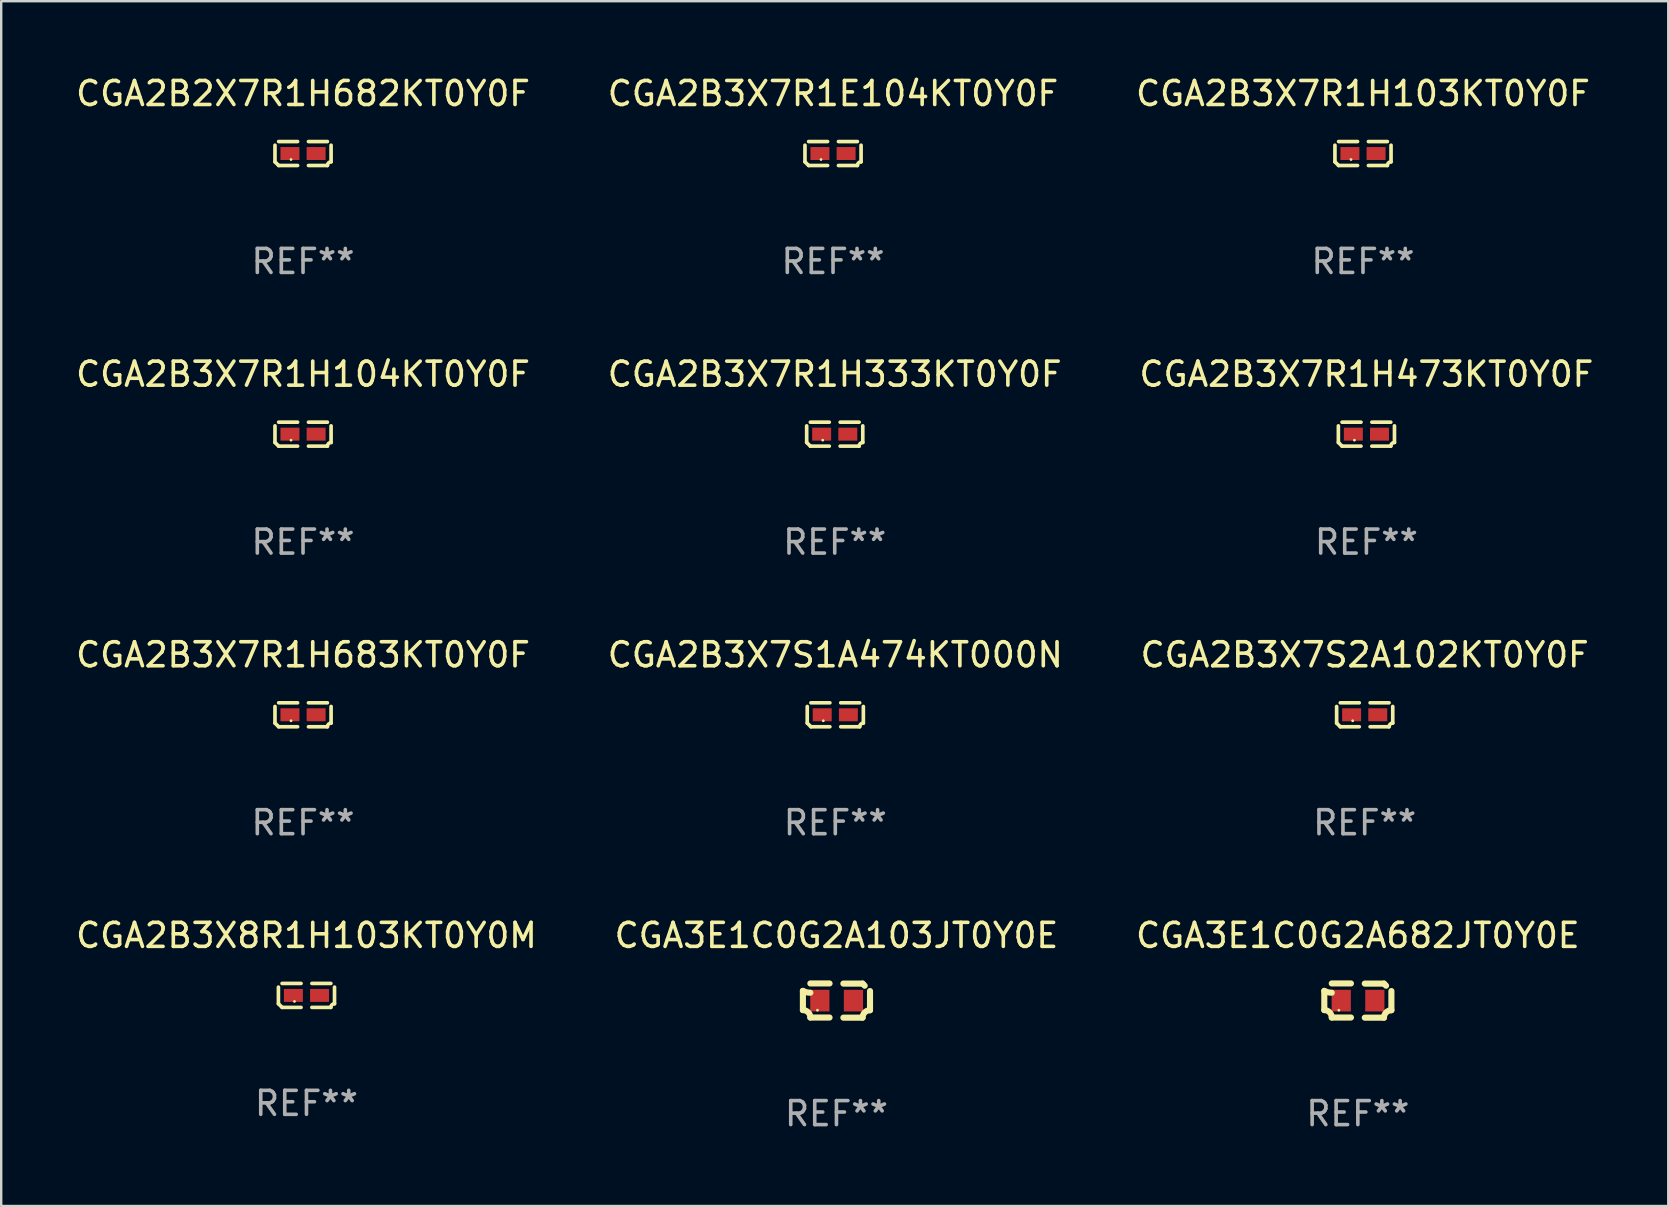
<source format=kicad_pcb>
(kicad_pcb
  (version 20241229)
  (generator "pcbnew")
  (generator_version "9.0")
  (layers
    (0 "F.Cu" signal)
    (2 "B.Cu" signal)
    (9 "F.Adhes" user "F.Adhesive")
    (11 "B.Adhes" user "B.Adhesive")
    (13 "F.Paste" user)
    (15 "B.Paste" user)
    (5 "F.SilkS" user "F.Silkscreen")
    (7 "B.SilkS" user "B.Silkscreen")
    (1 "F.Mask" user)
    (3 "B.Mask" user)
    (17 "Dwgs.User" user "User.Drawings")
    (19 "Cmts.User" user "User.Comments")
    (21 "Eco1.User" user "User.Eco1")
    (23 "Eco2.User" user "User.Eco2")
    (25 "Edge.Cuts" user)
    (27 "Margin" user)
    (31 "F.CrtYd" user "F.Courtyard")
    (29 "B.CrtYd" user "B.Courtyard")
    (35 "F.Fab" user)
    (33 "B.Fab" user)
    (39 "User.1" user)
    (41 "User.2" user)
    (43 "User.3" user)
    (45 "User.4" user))
  (footprint "CGA3E1C0G2A103JT0Y0E"
    (layer "F.Cu")
    (at 31.804 38.642)
    (property "Reference" "CGA3E1C0G2A103JT0Y0E" (at 0 -2.713 0) (layer "F.SilkS") (effects (font (size 1 1) (thickness 0.15))))
    (attr through_hole)
    (fp_line (start -1.398 -0.403) (end -1.398 0.397) (stroke (width 0.254) (type solid)) (layer "F.SilkS"))
    (fp_line (start -0.288 -0.713) (end -1.088 -0.713) (stroke (width 0.254) (type solid)) (layer "F.SilkS"))
    (fp_line (start -0.288 0.707) (end -1.088 0.707) (stroke (width 0.254) (type solid)) (layer "F.SilkS"))
    (fp_line (start 0.288 -0.707) (end 1.088 -0.707) (stroke (width 0.254) (type solid)) (layer "F.SilkS"))
    (fp_line (start 0.288 0.713) (end 1.088 0.713) (stroke (width 0.254) (type solid)) (layer "F.SilkS"))
    (fp_line (start 1.398 -0.397) (end 1.398 0.403) (stroke (width 0.254) (type solid)) (layer "F.SilkS"))
    (fp_arc (start -1.397789 0.397066) (mid -1.178701 0.487826) (end -1.08796 0.706922) (stroke (width 0.254001) (type solid)) (layer "F.SilkS"))
    (fp_arc (start -1.08796 -0.327176) (mid -1.247436 -0.346384) (end -1.39779 -0.402908) (stroke (width 0.254001) (type solid)) (layer "F.SilkS"))
    (fp_arc (start 1.087909 0.712738) (mid 1.178656 0.493655) (end 1.397739 0.402908) (stroke (width 0.254001) (type solid)) (layer "F.SilkS"))
    (fp_arc (start 1.175925 -0.618926) (mid 1.131917 -0.662923) (end 1.08791 -0.706922) (stroke (width 0.254001) (type solid)) (layer "F.SilkS"))
    (fp_circle (center -0.792 0.403) (end -0.762 0.403) (stroke (width 0.06) (type solid)) (fill no) (layer "F.SilkS"))
    (fp_text user "REF**" (at 0 4.713 0) (layer "F.Fab") (effects (font (size 1 1) (thickness 0.15))))
    (pad "1" smd rect (at -0.692 0.003) (size 0.8 0.9) (layers "F.Cu" "F.Mask" "F.Paste"))
    (pad "2" smd rect (at 0.708 0.003) (size 0.8 0.9) (layers "F.Cu" "F.Mask" "F.Paste")))
  (footprint "CGA2B3X7R1H104KT0Y0F"
    (layer "F.Cu")
    (at 9.577 15.041)
    (property "Reference" "CGA2B3X7R1H104KT0Y0F" (at 0 -2.499 0) (layer "F.SilkS") (effects (font (size 1 1) (thickness 0.15))))
    (attr through_hole)
    (fp_line (start -1.169 0.346) (end -1.169 -0.346) (stroke (width 0.152) (type solid)) (layer "F.SilkS"))
    (fp_line (start -1.016 -0.499) (end -0.226 -0.499) (stroke (width 0.152) (type solid)) (layer "F.SilkS"))
    (fp_line (start -0.226 0.499) (end -1.016 0.499) (stroke (width 0.152) (type solid)) (layer "F.SilkS"))
    (fp_line (start 0.226 0.499) (end 1.016 0.499) (stroke (width 0.152) (type solid)) (layer "F.SilkS"))
    (fp_line (start 1.016 -0.499) (end 0.226 -0.499) (stroke (width 0.152) (type solid)) (layer "F.SilkS"))
    (fp_line (start 1.169 0.346) (end 1.169 -0.346) (stroke (width 0.152) (type solid)) (layer "F.SilkS"))
    (fp_arc (start -1.016307 0.498603) (mid -1.092512 0.422405) (end -1.16871 0.3462) (stroke (width 0.1524) (type solid)) (layer "F.SilkS"))
    (fp_arc (start 1.016307 0.498603) (mid 1.060899 0.390758) (end 1.168707 0.346076) (stroke (width 0.1524) (type solid)) (layer "F.SilkS"))
    (fp_circle (center -0.5 0.25) (end -0.47 0.25) (stroke (width 0.06) (type solid)) (fill no) (layer "F.SilkS"))
    (fp_text user "REF**" (at 0 4.499 0) (layer "F.Fab") (effects (font (size 1 1) (thickness 0.15))))
    (pad "1" smd rect (at -0.545 0) (size 0.79 0.54) (layers "F.Cu" "F.Mask" "F.Paste"))
    (pad "2" smd rect (at 0.545 0) (size 0.79 0.54) (layers "F.Cu" "F.Mask" "F.Paste")))
  (footprint "CGA2B3X8R1H103KT0Y0M"
    (layer "F.Cu")
    (at 9.72 38.428)
    (property "Reference" "CGA2B3X8R1H103KT0Y0M" (at 0 -2.499 0) (layer "F.SilkS") (effects (font (size 1 1) (thickness 0.15))))
    (attr through_hole)
    (fp_line (start -1.169 0.346) (end -1.169 -0.346) (stroke (width 0.152) (type solid)) (layer "F.SilkS"))
    (fp_line (start -1.016 -0.499) (end -0.226 -0.499) (stroke (width 0.152) (type solid)) (layer "F.SilkS"))
    (fp_line (start -0.226 0.499) (end -1.016 0.499) (stroke (width 0.152) (type solid)) (layer "F.SilkS"))
    (fp_line (start 0.226 0.499) (end 1.016 0.499) (stroke (width 0.152) (type solid)) (layer "F.SilkS"))
    (fp_line (start 1.016 -0.499) (end 0.226 -0.499) (stroke (width 0.152) (type solid)) (layer "F.SilkS"))
    (fp_line (start 1.169 0.346) (end 1.169 -0.346) (stroke (width 0.152) (type solid)) (layer "F.SilkS"))
    (fp_arc (start -1.016307 0.498603) (mid -1.092512 0.422405) (end -1.16871 0.3462) (stroke (width 0.1524) (type solid)) (layer "F.SilkS"))
    (fp_arc (start 1.016307 0.498603) (mid 1.060899 0.390758) (end 1.168707 0.346076) (stroke (width 0.1524) (type solid)) (layer "F.SilkS"))
    (fp_circle (center -0.5 0.25) (end -0.47 0.25) (stroke (width 0.06) (type solid)) (fill no) (layer "F.SilkS"))
    (fp_text user "REF**" (at 0 4.499 0) (layer "F.Fab") (effects (font (size 1 1) (thickness 0.15))))
    (pad "1" smd rect (at -0.545 0) (size 0.79 0.54) (layers "F.Cu" "F.Mask" "F.Paste"))
    (pad "2" smd rect (at 0.545 0) (size 0.79 0.54) (layers "F.Cu" "F.Mask" "F.Paste")))
  (footprint "CGA3E1C0G2A682JT0Y0E"
    (layer "F.Cu")
    (at 53.53 38.642)
    (property "Reference" "CGA3E1C0G2A682JT0Y0E" (at 0 -2.713 0) (layer "F.SilkS") (effects (font (size 1 1) (thickness 0.15))))
    (attr through_hole)
    (fp_line (start -1.398 -0.403) (end -1.398 0.397) (stroke (width 0.254) (type solid)) (layer "F.SilkS"))
    (fp_line (start -0.288 -0.713) (end -1.088 -0.713) (stroke (width 0.254) (type solid)) (layer "F.SilkS"))
    (fp_line (start -0.288 0.707) (end -1.088 0.707) (stroke (width 0.254) (type solid)) (layer "F.SilkS"))
    (fp_line (start 0.288 -0.707) (end 1.088 -0.707) (stroke (width 0.254) (type solid)) (layer "F.SilkS"))
    (fp_line (start 0.288 0.713) (end 1.088 0.713) (stroke (width 0.254) (type solid)) (layer "F.SilkS"))
    (fp_line (start 1.398 -0.397) (end 1.398 0.403) (stroke (width 0.254) (type solid)) (layer "F.SilkS"))
    (fp_arc (start -1.397789 0.397066) (mid -1.178701 0.487826) (end -1.08796 0.706922) (stroke (width 0.254001) (type solid)) (layer "F.SilkS"))
    (fp_arc (start -1.08796 -0.327176) (mid -1.247436 -0.346384) (end -1.39779 -0.402908) (stroke (width 0.254001) (type solid)) (layer "F.SilkS"))
    (fp_arc (start 1.087909 0.712738) (mid 1.178656 0.493655) (end 1.397739 0.402908) (stroke (width 0.254001) (type solid)) (layer "F.SilkS"))
    (fp_arc (start 1.175925 -0.618926) (mid 1.131917 -0.662923) (end 1.08791 -0.706922) (stroke (width 0.254001) (type solid)) (layer "F.SilkS"))
    (fp_circle (center -0.792 0.403) (end -0.762 0.403) (stroke (width 0.06) (type solid)) (fill no) (layer "F.SilkS"))
    (fp_text user "REF**" (at 0 4.713 0) (layer "F.Fab") (effects (font (size 1 1) (thickness 0.15))))
    (pad "1" smd rect (at -0.692 0.003) (size 0.8 0.9) (layers "F.Cu" "F.Mask" "F.Paste"))
    (pad "2" smd rect (at 0.708 0.003) (size 0.8 0.9) (layers "F.Cu" "F.Mask" "F.Paste")))
  (footprint "CGA2B3X7R1H103KT0Y0F"
    (layer "F.Cu")
    (at 53.744 3.347)
    (property "Reference" "CGA2B3X7R1H103KT0Y0F" (at 0 -2.499 0) (layer "F.SilkS") (effects (font (size 1 1) (thickness 0.15))))
    (attr through_hole)
    (fp_line (start -1.169 0.346) (end -1.169 -0.346) (stroke (width 0.152) (type solid)) (layer "F.SilkS"))
    (fp_line (start -1.016 -0.499) (end -0.226 -0.499) (stroke (width 0.152) (type solid)) (layer "F.SilkS"))
    (fp_line (start -0.226 0.499) (end -1.016 0.499) (stroke (width 0.152) (type solid)) (layer "F.SilkS"))
    (fp_line (start 0.226 0.499) (end 1.016 0.499) (stroke (width 0.152) (type solid)) (layer "F.SilkS"))
    (fp_line (start 1.016 -0.499) (end 0.226 -0.499) (stroke (width 0.152) (type solid)) (layer "F.SilkS"))
    (fp_line (start 1.169 0.346) (end 1.169 -0.346) (stroke (width 0.152) (type solid)) (layer "F.SilkS"))
    (fp_arc (start -1.016307 0.498603) (mid -1.092512 0.422405) (end -1.16871 0.3462) (stroke (width 0.1524) (type solid)) (layer "F.SilkS"))
    (fp_arc (start 1.016307 0.498603) (mid 1.060899 0.390758) (end 1.168707 0.346076) (stroke (width 0.1524) (type solid)) (layer "F.SilkS"))
    (fp_circle (center -0.5 0.25) (end -0.47 0.25) (stroke (width 0.06) (type solid)) (fill no) (layer "F.SilkS"))
    (fp_text user "REF**" (at 0 4.499 0) (layer "F.Fab") (effects (font (size 1 1) (thickness 0.15))))
    (pad "1" smd rect (at -0.545 0) (size 0.79 0.54) (layers "F.Cu" "F.Mask" "F.Paste"))
    (pad "2" smd rect (at 0.545 0) (size 0.79 0.54) (layers "F.Cu" "F.Mask" "F.Paste")))
  (footprint "CGA2B2X7R1H682KT0Y0F"
    (layer "F.Cu")
    (at 9.577 3.347)
    (property "Reference" "CGA2B2X7R1H682KT0Y0F" (at 0 -2.499 0) (layer "F.SilkS") (effects (font (size 1 1) (thickness 0.15))))
    (attr through_hole)
    (fp_line (start -1.169 0.346) (end -1.169 -0.346) (stroke (width 0.152) (type solid)) (layer "F.SilkS"))
    (fp_line (start -1.016 -0.499) (end -0.226 -0.499) (stroke (width 0.152) (type solid)) (layer "F.SilkS"))
    (fp_line (start -0.226 0.499) (end -1.016 0.499) (stroke (width 0.152) (type solid)) (layer "F.SilkS"))
    (fp_line (start 0.226 0.499) (end 1.016 0.499) (stroke (width 0.152) (type solid)) (layer "F.SilkS"))
    (fp_line (start 1.016 -0.499) (end 0.226 -0.499) (stroke (width 0.152) (type solid)) (layer "F.SilkS"))
    (fp_line (start 1.169 0.346) (end 1.169 -0.346) (stroke (width 0.152) (type solid)) (layer "F.SilkS"))
    (fp_arc (start -1.016307 0.498603) (mid -1.092512 0.422405) (end -1.16871 0.3462) (stroke (width 0.1524) (type solid)) (layer "F.SilkS"))
    (fp_arc (start 1.016307 0.498603) (mid 1.060899 0.390758) (end 1.168707 0.346076) (stroke (width 0.1524) (type solid)) (layer "F.SilkS"))
    (fp_circle (center -0.5 0.25) (end -0.47 0.25) (stroke (width 0.06) (type solid)) (fill no) (layer "F.SilkS"))
    (fp_text user "REF**" (at 0 4.499 0) (layer "F.Fab") (effects (font (size 1 1) (thickness 0.15))))
    (pad "1" smd rect (at -0.545 0) (size 0.79 0.54) (layers "F.Cu" "F.Mask" "F.Paste"))
    (pad "2" smd rect (at 0.545 0) (size 0.79 0.54) (layers "F.Cu" "F.Mask" "F.Paste")))
  (footprint "CGA2B3X7R1H473KT0Y0F"
    (layer "F.Cu")
    (at 53.887 15.041)
    (property "Reference" "CGA2B3X7R1H473KT0Y0F" (at 0 -2.499 0) (layer "F.SilkS") (effects (font (size 1 1) (thickness 0.15))))
    (attr through_hole)
    (fp_line (start -1.169 0.346) (end -1.169 -0.346) (stroke (width 0.152) (type solid)) (layer "F.SilkS"))
    (fp_line (start -1.016 -0.499) (end -0.226 -0.499) (stroke (width 0.152) (type solid)) (layer "F.SilkS"))
    (fp_line (start -0.226 0.499) (end -1.016 0.499) (stroke (width 0.152) (type solid)) (layer "F.SilkS"))
    (fp_line (start 0.226 0.499) (end 1.016 0.499) (stroke (width 0.152) (type solid)) (layer "F.SilkS"))
    (fp_line (start 1.016 -0.499) (end 0.226 -0.499) (stroke (width 0.152) (type solid)) (layer "F.SilkS"))
    (fp_line (start 1.169 0.346) (end 1.169 -0.346) (stroke (width 0.152) (type solid)) (layer "F.SilkS"))
    (fp_arc (start -1.016307 0.498603) (mid -1.092512 0.422405) (end -1.16871 0.3462) (stroke (width 0.1524) (type solid)) (layer "F.SilkS"))
    (fp_arc (start 1.016307 0.498603) (mid 1.060899 0.390758) (end 1.168707 0.346076) (stroke (width 0.1524) (type solid)) (layer "F.SilkS"))
    (fp_circle (center -0.5 0.25) (end -0.47 0.25) (stroke (width 0.06) (type solid)) (fill no) (layer "F.SilkS"))
    (fp_text user "REF**" (at 0 4.499 0) (layer "F.Fab") (effects (font (size 1 1) (thickness 0.15))))
    (pad "1" smd rect (at -0.545 0) (size 0.79 0.54) (layers "F.Cu" "F.Mask" "F.Paste"))
    (pad "2" smd rect (at 0.545 0) (size 0.79 0.54) (layers "F.Cu" "F.Mask" "F.Paste")))
  (footprint "CGA2B3X7R1E104KT0Y0F"
    (layer "F.Cu")
    (at 31.661 3.347)
    (property "Reference" "CGA2B3X7R1E104KT0Y0F" (at 0 -2.499 0) (layer "F.SilkS") (effects (font (size 1 1) (thickness 0.15))))
    (attr through_hole)
    (fp_line (start -1.169 0.346) (end -1.169 -0.346) (stroke (width 0.152) (type solid)) (layer "F.SilkS"))
    (fp_line (start -1.016 -0.499) (end -0.226 -0.499) (stroke (width 0.152) (type solid)) (layer "F.SilkS"))
    (fp_line (start -0.226 0.499) (end -1.016 0.499) (stroke (width 0.152) (type solid)) (layer "F.SilkS"))
    (fp_line (start 0.226 0.499) (end 1.016 0.499) (stroke (width 0.152) (type solid)) (layer "F.SilkS"))
    (fp_line (start 1.016 -0.499) (end 0.226 -0.499) (stroke (width 0.152) (type solid)) (layer "F.SilkS"))
    (fp_line (start 1.169 0.346) (end 1.169 -0.346) (stroke (width 0.152) (type solid)) (layer "F.SilkS"))
    (fp_arc (start -1.016307 0.498603) (mid -1.092512 0.422405) (end -1.16871 0.3462) (stroke (width 0.1524) (type solid)) (layer "F.SilkS"))
    (fp_arc (start 1.016307 0.498603) (mid 1.060899 0.390758) (end 1.168707 0.346076) (stroke (width 0.1524) (type solid)) (layer "F.SilkS"))
    (fp_circle (center -0.5 0.25) (end -0.47 0.25) (stroke (width 0.06) (type solid)) (fill no) (layer "F.SilkS"))
    (fp_text user "REF**" (at 0 4.499 0) (layer "F.Fab") (effects (font (size 1 1) (thickness 0.15))))
    (pad "1" smd rect (at -0.545 0) (size 0.79 0.54) (layers "F.Cu" "F.Mask" "F.Paste"))
    (pad "2" smd rect (at 0.545 0) (size 0.79 0.54) (layers "F.Cu" "F.Mask" "F.Paste")))
  (footprint "CGA2B3X7R1H683KT0Y0F"
    (layer "F.Cu")
    (at 9.577 26.734)
    (property "Reference" "CGA2B3X7R1H683KT0Y0F" (at 0 -2.499 0) (layer "F.SilkS") (effects (font (size 1 1) (thickness 0.15))))
    (attr through_hole)
    (fp_line (start -1.169 0.346) (end -1.169 -0.346) (stroke (width 0.152) (type solid)) (layer "F.SilkS"))
    (fp_line (start -1.016 -0.499) (end -0.226 -0.499) (stroke (width 0.152) (type solid)) (layer "F.SilkS"))
    (fp_line (start -0.226 0.499) (end -1.016 0.499) (stroke (width 0.152) (type solid)) (layer "F.SilkS"))
    (fp_line (start 0.226 0.499) (end 1.016 0.499) (stroke (width 0.152) (type solid)) (layer "F.SilkS"))
    (fp_line (start 1.016 -0.499) (end 0.226 -0.499) (stroke (width 0.152) (type solid)) (layer "F.SilkS"))
    (fp_line (start 1.169 0.346) (end 1.169 -0.346) (stroke (width 0.152) (type solid)) (layer "F.SilkS"))
    (fp_arc (start -1.016307 0.498603) (mid -1.092512 0.422405) (end -1.16871 0.3462) (stroke (width 0.1524) (type solid)) (layer "F.SilkS"))
    (fp_arc (start 1.016307 0.498603) (mid 1.060899 0.390758) (end 1.168707 0.346076) (stroke (width 0.1524) (type solid)) (layer "F.SilkS"))
    (fp_circle (center -0.5 0.25) (end -0.47 0.25) (stroke (width 0.06) (type solid)) (fill no) (layer "F.SilkS"))
    (fp_text user "REF**" (at 0 4.499 0) (layer "F.Fab") (effects (font (size 1 1) (thickness 0.15))))
    (pad "1" smd rect (at -0.545 0) (size 0.79 0.54) (layers "F.Cu" "F.Mask" "F.Paste"))
    (pad "2" smd rect (at 0.545 0) (size 0.79 0.54) (layers "F.Cu" "F.Mask" "F.Paste")))
  (footprint "CGA2B3X7S1A474KT000N"
    (layer "F.Cu")
    (at 31.756 26.734)
    (property "Reference" "CGA2B3X7S1A474KT000N" (at 0 -2.499 0) (layer "F.SilkS") (effects (font (size 1 1) (thickness 0.15))))
    (attr through_hole)
    (fp_line (start -1.169 0.346) (end -1.169 -0.346) (stroke (width 0.152) (type solid)) (layer "F.SilkS"))
    (fp_line (start -1.016 -0.499) (end -0.226 -0.499) (stroke (width 0.152) (type solid)) (layer "F.SilkS"))
    (fp_line (start -0.226 0.499) (end -1.016 0.499) (stroke (width 0.152) (type solid)) (layer "F.SilkS"))
    (fp_line (start 0.226 0.499) (end 1.016 0.499) (stroke (width 0.152) (type solid)) (layer "F.SilkS"))
    (fp_line (start 1.016 -0.499) (end 0.226 -0.499) (stroke (width 0.152) (type solid)) (layer "F.SilkS"))
    (fp_line (start 1.169 0.346) (end 1.169 -0.346) (stroke (width 0.152) (type solid)) (layer "F.SilkS"))
    (fp_arc (start -1.016307 0.498603) (mid -1.092512 0.422405) (end -1.16871 0.3462) (stroke (width 0.1524) (type solid)) (layer "F.SilkS"))
    (fp_arc (start 1.016307 0.498603) (mid 1.060899 0.390758) (end 1.168707 0.346076) (stroke (width 0.1524) (type solid)) (layer "F.SilkS"))
    (fp_circle (center -0.5 0.25) (end -0.47 0.25) (stroke (width 0.06) (type solid)) (fill no) (layer "F.SilkS"))
    (fp_text user "REF**" (at 0 4.499 0) (layer "F.Fab") (effects (font (size 1 1) (thickness 0.15))))
    (pad "1" smd rect (at -0.545 0) (size 0.79 0.54) (layers "F.Cu" "F.Mask" "F.Paste"))
    (pad "2" smd rect (at 0.545 0) (size 0.79 0.54) (layers "F.Cu" "F.Mask" "F.Paste")))
  (footprint "CGA2B3X7S2A102KT0Y0F"
    (layer "F.Cu")
    (at 53.815 26.734)
    (property "Reference" "CGA2B3X7S2A102KT0Y0F" (at 0 -2.499 0) (layer "F.SilkS") (effects (font (size 1 1) (thickness 0.15))))
    (attr through_hole)
    (fp_line (start -1.169 0.346) (end -1.169 -0.346) (stroke (width 0.152) (type solid)) (layer "F.SilkS"))
    (fp_line (start -1.016 -0.499) (end -0.226 -0.499) (stroke (width 0.152) (type solid)) (layer "F.SilkS"))
    (fp_line (start -0.226 0.499) (end -1.016 0.499) (stroke (width 0.152) (type solid)) (layer "F.SilkS"))
    (fp_line (start 0.226 0.499) (end 1.016 0.499) (stroke (width 0.152) (type solid)) (layer "F.SilkS"))
    (fp_line (start 1.016 -0.499) (end 0.226 -0.499) (stroke (width 0.152) (type solid)) (layer "F.SilkS"))
    (fp_line (start 1.169 0.346) (end 1.169 -0.346) (stroke (width 0.152) (type solid)) (layer "F.SilkS"))
    (fp_arc (start -1.016307 0.498603) (mid -1.092512 0.422405) (end -1.16871 0.3462) (stroke (width 0.1524) (type solid)) (layer "F.SilkS"))
    (fp_arc (start 1.016307 0.498603) (mid 1.060899 0.390758) (end 1.168707 0.346076) (stroke (width 0.1524) (type solid)) (layer "F.SilkS"))
    (fp_circle (center -0.5 0.25) (end -0.47 0.25) (stroke (width 0.06) (type solid)) (fill no) (layer "F.SilkS"))
    (fp_text user "REF**" (at 0 4.499 0) (layer "F.Fab") (effects (font (size 1 1) (thickness 0.15))))
    (pad "1" smd rect (at -0.545 0) (size 0.79 0.54) (layers "F.Cu" "F.Mask" "F.Paste"))
    (pad "2" smd rect (at 0.545 0) (size 0.79 0.54) (layers "F.Cu" "F.Mask" "F.Paste")))
  (footprint "CGA2B3X7R1H333KT0Y0F"
    (layer "F.Cu")
    (at 31.732 15.041)
    (property "Reference" "CGA2B3X7R1H333KT0Y0F" (at 0 -2.499 0) (layer "F.SilkS") (effects (font (size 1 1) (thickness 0.15))))
    (attr through_hole)
    (fp_line (start -1.169 0.346) (end -1.169 -0.346) (stroke (width 0.152) (type solid)) (layer "F.SilkS"))
    (fp_line (start -1.016 -0.499) (end -0.226 -0.499) (stroke (width 0.152) (type solid)) (layer "F.SilkS"))
    (fp_line (start -0.226 0.499) (end -1.016 0.499) (stroke (width 0.152) (type solid)) (layer "F.SilkS"))
    (fp_line (start 0.226 0.499) (end 1.016 0.499) (stroke (width 0.152) (type solid)) (layer "F.SilkS"))
    (fp_line (start 1.016 -0.499) (end 0.226 -0.499) (stroke (width 0.152) (type solid)) (layer "F.SilkS"))
    (fp_line (start 1.169 0.346) (end 1.169 -0.346) (stroke (width 0.152) (type solid)) (layer "F.SilkS"))
    (fp_arc (start -1.016307 0.498603) (mid -1.092512 0.422405) (end -1.16871 0.3462) (stroke (width 0.1524) (type solid)) (layer "F.SilkS"))
    (fp_arc (start 1.016307 0.498603) (mid 1.060899 0.390758) (end 1.168707 0.346076) (stroke (width 0.1524) (type solid)) (layer "F.SilkS"))
    (fp_circle (center -0.5 0.25) (end -0.47 0.25) (stroke (width 0.06) (type solid)) (fill no) (layer "F.SilkS"))
    (fp_text user "REF**" (at 0 4.499 0) (layer "F.Fab") (effects (font (size 1 1) (thickness 0.15))))
    (pad "1" smd rect (at -0.545 0) (size 0.79 0.54) (layers "F.Cu" "F.Mask" "F.Paste"))
    (pad "2" smd rect (at 0.545 0) (size 0.79 0.54) (layers "F.Cu" "F.Mask" "F.Paste")))
  (gr_rect
    (start -3 -3)
    (end 66.464 47.203)
    (stroke (width 0.1) (type default))
    (fill no)
    (layer "Edge.Cuts")))
</source>
